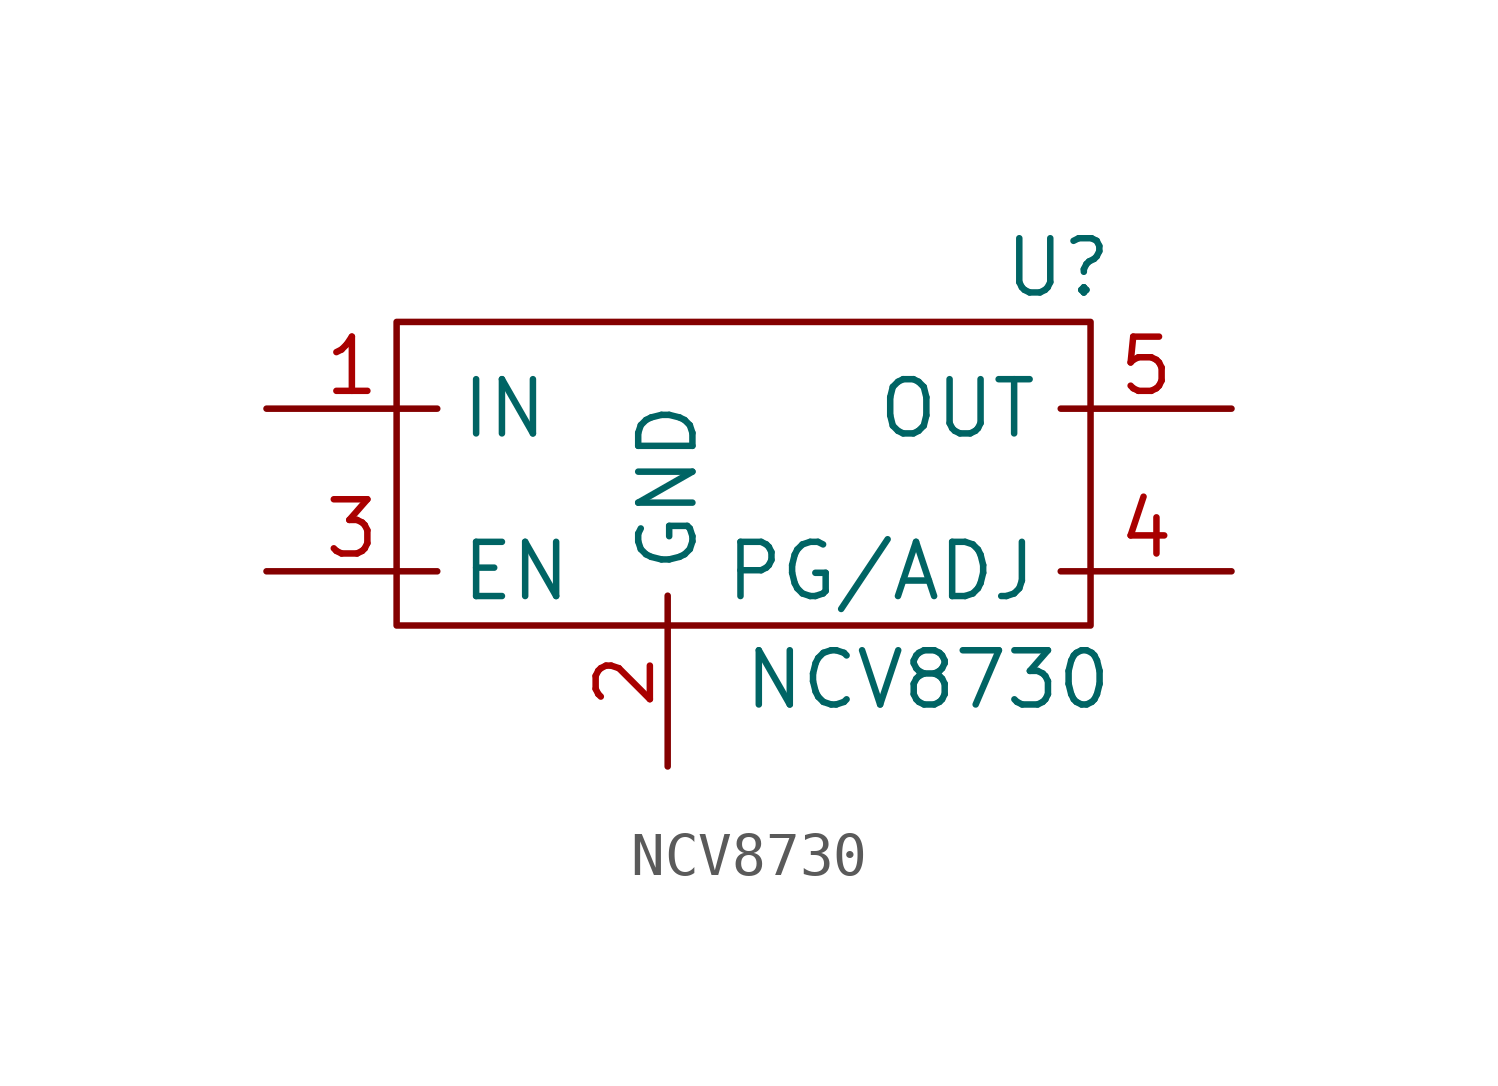
<source format=kicad_sym>
(kicad_symbol_lib
  (version 20211014)
  (generator kicad_symbol_editor)
  (symbol "NCV8730"
    (property "Reference" "U"
      (at 15.494 8.382 0)
      (effects (font (size 1.27 1.27))))
    (property "Value" "NCV8730"
      (at 12.446 -1.27 0)
      (effects (font (size 1.27 1.27))))
    (symbol "NCV8730_0_1"
      (polyline (pts (xy 0 0) (xy 16.256 0) (xy 16.256 7.112) (xy 0 7.112) (xy 0 0)) (stroke (width 0) (type default) (color 0 0 0 0)) (fill (type none))))
    (symbol "NCV8730_1_1"
      (pin free line (at -3.048 5.08 0) (length 4) (name "IN" (effects (font (size 1.27 1.27)))) (number "1" (effects (font (size 1.27 1.27)))))
      (pin free line (at 6.35 -3.302 90) (length 4) (name "GND" (effects (font (size 1.27 1.27)))) (number "2" (effects (font (size 1.27 1.27)))))
      (pin free line (at -3.048 1.27 0) (length 4) (name "EN" (effects (font (size 1.27 1.27)))) (number "3" (effects (font (size 1.27 1.27)))))
      (pin free line (at 19.558 1.27 180) (length 4) (name "PG/ADJ" (effects (font (size 1.27 1.27)))) (number "4" (effects (font (size 1.27 1.27)))))
      (pin free line (at 19.558 5.08 180) (length 4) (name "OUT" (effects (font (size 1.27 1.27)))) (number "5" (effects (font (size 1.27 1.27))))))))
</source>
